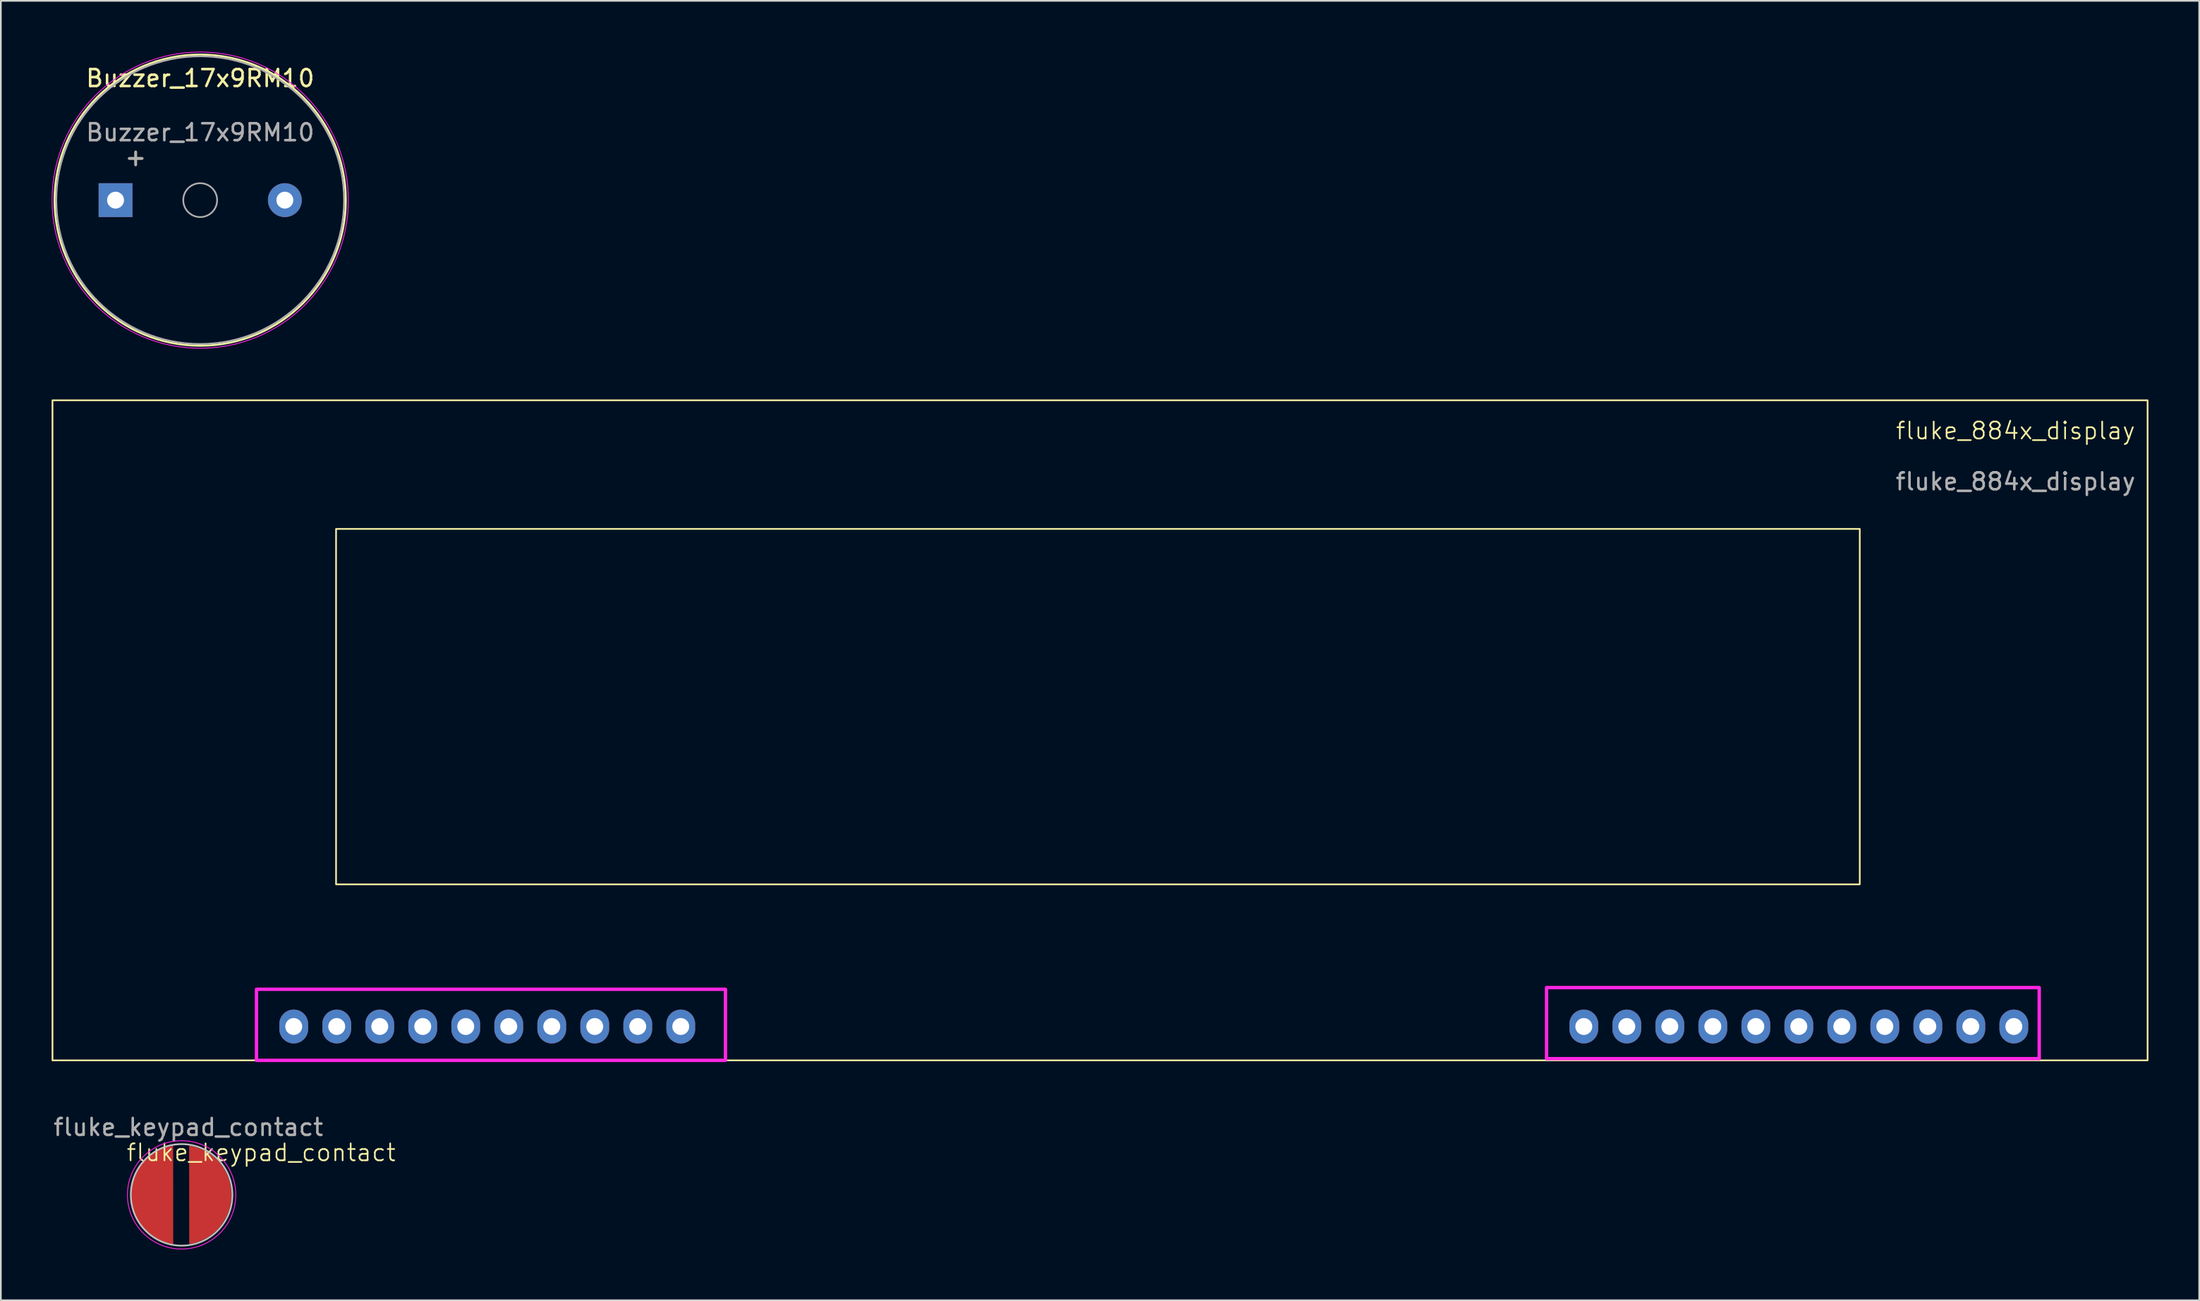
<source format=kicad_pcb>
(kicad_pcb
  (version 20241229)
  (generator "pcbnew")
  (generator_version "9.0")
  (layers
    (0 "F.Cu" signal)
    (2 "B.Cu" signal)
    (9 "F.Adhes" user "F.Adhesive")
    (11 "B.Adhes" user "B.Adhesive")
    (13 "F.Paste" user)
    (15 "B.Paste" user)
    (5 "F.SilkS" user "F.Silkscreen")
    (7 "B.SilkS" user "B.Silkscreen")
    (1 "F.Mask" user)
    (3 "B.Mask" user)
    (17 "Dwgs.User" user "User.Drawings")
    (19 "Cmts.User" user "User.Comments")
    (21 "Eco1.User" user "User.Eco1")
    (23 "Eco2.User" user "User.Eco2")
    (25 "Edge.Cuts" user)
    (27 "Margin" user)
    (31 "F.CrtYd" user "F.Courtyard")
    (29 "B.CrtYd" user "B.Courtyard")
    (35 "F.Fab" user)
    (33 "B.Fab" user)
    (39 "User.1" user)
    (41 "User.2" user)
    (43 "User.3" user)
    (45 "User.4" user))
  (footprint "fluke_884x_display"
    (layer "F.Cu")
    (at 61.8 39.6)
    (property "Reference" "fluke_884x_display" (at 54.2 -17.2 0) (unlocked yes) (layer "F.SilkS") (effects (font (size 1 1) (thickness 0.1))))
    (attr through_hole)
    (fp_rect (start -61.75 -19) (end 62 20) (stroke (width 0.1) (type default)) (fill no) (layer "F.SilkS"))
    (fp_rect (start -45 -11.4) (end 45 9.6) (stroke (width 0.1) (type default)) (fill no) (layer "F.SilkS"))
    (fp_rect (start -49.7 15.8) (end -22 20) (stroke (width 0.2) (type default)) (fill no) (layer "F.CrtYd"))
    (fp_rect (start 26.5 15.7) (end 55.6 19.9) (stroke (width 0.2) (type default)) (fill no) (layer "F.CrtYd"))
    (fp_text user "${REFERENCE}" (at 54.2 -14.2 0) (unlocked yes) (layer "F.Fab") (effects (font (size 1 1) (thickness 0.15))))
    (pad "1" thru_hole oval (at -47.5 18) (size 1.7 2) (drill 1) (layers "*.Cu" "*.Mask"))
    (pad "2" thru_hole oval (at -44.96 18) (size 1.7 2) (drill 1) (layers "*.Cu" "*.Mask"))
    (pad "3" thru_hole oval (at -42.42 18) (size 1.7 2) (drill 1) (layers "*.Cu" "*.Mask"))
    (pad "4" thru_hole oval (at -39.88 18) (size 1.7 2) (drill 1) (layers "*.Cu" "*.Mask"))
    (pad "5" thru_hole oval (at -37.34 18) (size 1.7 2) (drill 1) (layers "*.Cu" "*.Mask"))
    (pad "6" thru_hole oval (at -34.8 18) (size 1.7 2) (drill 1) (layers "*.Cu" "*.Mask"))
    (pad "7" thru_hole oval (at -32.26 18) (size 1.7 2) (drill 1) (layers "*.Cu" "*.Mask"))
    (pad "8" thru_hole oval (at -29.72 18) (size 1.7 2) (drill 1) (layers "*.Cu" "*.Mask"))
    (pad "9" thru_hole oval (at -27.18 18) (size 1.7 2) (drill 1) (layers "*.Cu" "*.Mask"))
    (pad "10" thru_hole oval (at -24.64 18) (size 1.7 2) (drill 1) (layers "*.Cu" "*.Mask"))
    (pad "11" thru_hole oval (at 28.7 18) (size 1.7 2) (drill 1) (layers "*.Cu" "*.Mask"))
    (pad "12" thru_hole oval (at 31.24 18) (size 1.7 2) (drill 1) (layers "*.Cu" "*.Mask"))
    (pad "13" thru_hole oval (at 33.78 18) (size 1.7 2) (drill 1) (layers "*.Cu" "*.Mask"))
    (pad "14" thru_hole oval (at 36.32 18) (size 1.7 2) (drill 1) (layers "*.Cu" "*.Mask"))
    (pad "15" thru_hole oval (at 38.86 18) (size 1.7 2) (drill 1) (layers "*.Cu" "*.Mask"))
    (pad "16" thru_hole oval (at 41.4 18) (size 1.7 2) (drill 1) (layers "*.Cu" "*.Mask"))
    (pad "17" thru_hole oval (at 43.94 18) (size 1.7 2) (drill 1) (layers "*.Cu" "*.Mask"))
    (pad "18" thru_hole oval (at 46.48 18) (size 1.7 2) (drill 1) (layers "*.Cu" "*.Mask"))
    (pad "19" thru_hole oval (at 49.02 18) (size 1.7 2) (drill 1) (layers "*.Cu" "*.Mask"))
    (pad "20" thru_hole oval (at 51.56 18) (size 1.7 2) (drill 1) (layers "*.Cu" "*.Mask"))
    (pad "21" thru_hole oval (at 54.1 18) (size 1.7 2) (drill 1) (layers "*.Cu" "*.Mask")))
  (footprint "fluke_keypad_contact"
    (layer "F.Cu")
    (at 7.677 67.548)
    (property "Reference" "fluke_keypad_contact" (at 4.7 -2.5 0) (unlocked yes) (layer "F.SilkS") (effects (font (size 1 1) (thickness 0.1))))
    (attr smd)
    (fp_circle (center 0 0) (end 3.2 0) (stroke (width 0.05) (type default)) (fill yes) (layer "F.Mask"))
    (fp_circle (center 0 0) (end 3 0) (stroke (width 0.1) (type default)) (fill no) (layer "Dwgs.User"))
    (fp_circle (center 0 0) (end 3.2 0) (stroke (width 0.05) (type default)) (fill no) (layer "F.CrtYd"))
    (fp_text user "${REFERENCE}" (at 0.4 -4 0) (unlocked yes) (layer "F.Fab") (effects (font (size 1 1) (thickness 0.15))))
    (pad "1" smd custom (at -2.6 0) (size 0.765 0.765) (layers "F.Cu" "F.Mask" "F.Paste") (options (anchor circle)) (primitives (gr_poly (pts (xy 2.106 2.909) (xy 1.942 2.882) (xy 1.622 2.795) (xy 1.313 2.673) (xy 1.02 2.517) (xy 0.747 2.329) (xy 0.496 2.111) (xy 0.272 1.866) (xy 0.076 1.598) (xy -0.088 1.31) (xy -0.219 1.004) (xy -0.314 0.686) (xy -0.373 0.36) (xy -0.395 0.029) (xy -0.38 -0.303) (xy -0.327 -0.631) (xy -0.238 -0.951) (xy -0.113 -1.258) (xy 0.046 -1.55) (xy 0.236 -1.822) (xy 0.456 -2.071) (xy 0.702 -2.293) (xy 0.972 -2.487) (xy 1.262 -2.649) (xy 1.568 -2.777) (xy 1.887 -2.87) (xy 2.1 -2.9)) (width 0) (fill yes))))
    (pad "2" smd custom (at 2.55 0 180) (size 0.765 0.765) (layers "F.Cu" "F.Mask" "F.Paste") (options (anchor circle)) (primitives (gr_poly (pts (xy 2.106 2.909) (xy 1.942 2.882) (xy 1.622 2.795) (xy 1.313 2.673) (xy 1.02 2.517) (xy 0.747 2.329) (xy 0.496 2.111) (xy 0.272 1.866) (xy 0.076 1.598) (xy -0.088 1.31) (xy -0.219 1.004) (xy -0.314 0.686) (xy -0.373 0.36) (xy -0.395 0.029) (xy -0.38 -0.303) (xy -0.327 -0.631) (xy -0.238 -0.951) (xy -0.113 -1.258) (xy 0.046 -1.55) (xy 0.236 -1.822) (xy 0.456 -2.071) (xy 0.702 -2.293) (xy 0.972 -2.487) (xy 1.262 -2.649) (xy 1.568 -2.777) (xy 1.887 -2.87) (xy 2.1 -2.9)) (width 0) (fill yes))))
    (zone (net_name "") (layer "F.Cu") (name "button") (hatch edge 0.5) (connect_pads) (min_thickness 0.25) (filled_areas_thickness no) (keepout (tracks not_allowed) (vias not_allowed) (pads not_allowed) (copperpour not_allowed) (footprints not_allowed)) (placement (enabled no)) (fill) (polygon (pts (xy 8.077 64.398) (xy 8.077 70.698) (xy 7.227 70.698) (xy 7.277 64.398)))))
  (footprint "Buzzer_17x9RM10"
    (layer "F.Cu")
    (at 8.775 8.775)
    (property "Reference" "Buzzer_17x9RM10" (at 0 -7.2 0) (layer "F.SilkS") (effects (font (size 1 1) (thickness 0.15))))
    (attr through_hole)
    (fp_circle (center 0 0) (end 8.6 0) (stroke (width 0.12) (type solid)) (fill no) (layer "F.SilkS"))
    (fp_circle (center 0 0) (end 8.75 0) (stroke (width 0.05) (type solid)) (fill no) (layer "F.CrtYd"))
    (fp_circle (center 0 0) (end 1 0) (stroke (width 0.1) (type solid)) (fill no) (layer "F.Fab"))
    (fp_circle (center 0 0) (end 8.5 0) (stroke (width 0.1) (type solid)) (fill no) (layer "F.Fab"))
    (fp_text user "+" (at -3.81 -2.54 0) (layer "F.SilkS") (effects (font (size 1 1) (thickness 0.15))))
    (fp_text user "+" (at -3.81 -2.54 0) (layer "F.Fab") (effects (font (size 1 1) (thickness 0.15))))
    (fp_text user "${REFERENCE}" (at 0 -4 0) (layer "F.Fab") (effects (font (size 1 1) (thickness 0.15))))
    (pad "1" thru_hole rect (at -5 0) (size 2 2) (drill 1) (layers "*.Cu" "*.Mask"))
    (pad "2" thru_hole circle (at 5 0) (size 2 2) (drill 1) (layers "*.Cu" "*.Mask")))
  (gr_rect
    (start -3 -3)
    (end 126.85 73.773)
    (stroke (width 0.1) (type default))
    (fill no)
    (layer "Edge.Cuts")))
</source>
